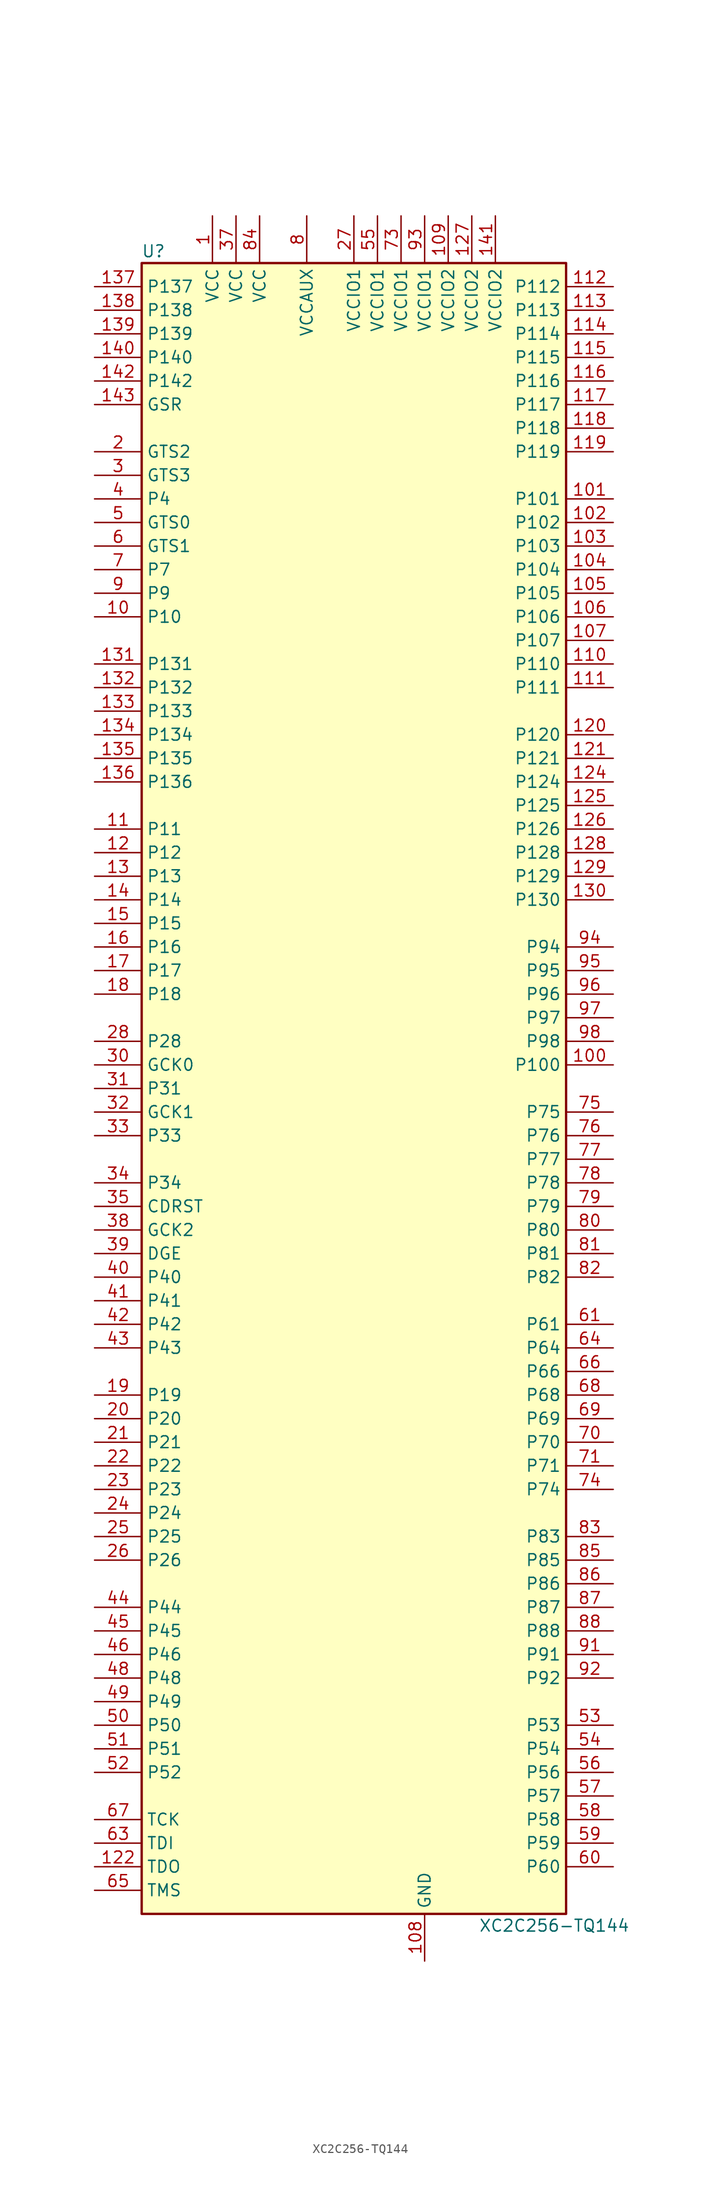
<source format=kicad_sym>
(kicad_symbol_lib
  (version 20231120)
  (generator "kicad_symbol_editor")
  (generator_version "8.0")
  (symbol "XC2C256-TQ144"
    (property "Reference" "U"
      (at -21.59 90.17 0)
      (effects (font (size 1.27 1.27))))
    (property "Value" "XC2C256-TQ144"
      (at 21.59 -90.17 0)
      (effects (font (size 1.27 1.27))))
    (symbol "XC2C256-TQ144_0_1"
      (rectangle (start -22.86 -88.9) (end 22.86 88.9) (stroke (width 0.254) (type default)) (fill (type background))))
    (symbol "XC2C256-TQ144_1_1"
      (pin power_in line (at -15.24 93.98 270) (length 5.08) (name "VCC" (effects (font (size 1.27 1.27)))) (number "1" (effects (font (size 1.27 1.27)))))
      (pin bidirectional line (at -27.94 50.8 0) (length 5.08) (name "P10" (effects (font (size 1.27 1.27)))) (number "10" (effects (font (size 1.27 1.27)))))
      (pin bidirectional line (at 27.94 2.54 180) (length 5.08) (name "P100" (effects (font (size 1.27 1.27)))) (number "100" (effects (font (size 1.27 1.27)))))
      (pin bidirectional line (at 27.94 63.5 180) (length 5.08) (name "P101" (effects (font (size 1.27 1.27)))) (number "101" (effects (font (size 1.27 1.27)))))
      (pin bidirectional line (at 27.94 60.96 180) (length 5.08) (name "P102" (effects (font (size 1.27 1.27)))) (number "102" (effects (font (size 1.27 1.27)))))
      (pin bidirectional line (at 27.94 58.42 180) (length 5.08) (name "P103" (effects (font (size 1.27 1.27)))) (number "103" (effects (font (size 1.27 1.27)))))
      (pin bidirectional line (at 27.94 55.88 180) (length 5.08) (name "P104" (effects (font (size 1.27 1.27)))) (number "104" (effects (font (size 1.27 1.27)))))
      (pin bidirectional line (at 27.94 53.34 180) (length 5.08) (name "P105" (effects (font (size 1.27 1.27)))) (number "105" (effects (font (size 1.27 1.27)))))
      (pin bidirectional line (at 27.94 50.8 180) (length 5.08) (name "P106" (effects (font (size 1.27 1.27)))) (number "106" (effects (font (size 1.27 1.27)))))
      (pin bidirectional line (at 27.94 48.26 180) (length 5.08) (name "P107" (effects (font (size 1.27 1.27)))) (number "107" (effects (font (size 1.27 1.27)))))
      (pin power_in line (at 7.62 -93.98 90) (length 5.08) (name "GND" (effects (font (size 1.27 1.27)))) (number "108" (effects (font (size 1.27 1.27)))))
      (pin power_in line (at 10.16 93.98 270) (length 5.08) (name "VCCIO2" (effects (font (size 1.27 1.27)))) (number "109" (effects (font (size 1.27 1.27)))))
      (pin bidirectional line (at -27.94 27.94 0) (length 5.08) (name "P11" (effects (font (size 1.27 1.27)))) (number "11" (effects (font (size 1.27 1.27)))))
      (pin bidirectional line (at 27.94 45.72 180) (length 5.08) (name "P110" (effects (font (size 1.27 1.27)))) (number "110" (effects (font (size 1.27 1.27)))))
      (pin bidirectional line (at 27.94 43.18 180) (length 5.08) (name "P111" (effects (font (size 1.27 1.27)))) (number "111" (effects (font (size 1.27 1.27)))))
      (pin bidirectional line (at 27.94 86.36 180) (length 5.08) (name "P112" (effects (font (size 1.27 1.27)))) (number "112" (effects (font (size 1.27 1.27)))))
      (pin bidirectional line (at 27.94 83.82 180) (length 5.08) (name "P113" (effects (font (size 1.27 1.27)))) (number "113" (effects (font (size 1.27 1.27)))))
      (pin bidirectional line (at 27.94 81.28 180) (length 5.08) (name "P114" (effects (font (size 1.27 1.27)))) (number "114" (effects (font (size 1.27 1.27)))))
      (pin bidirectional line (at 27.94 78.74 180) (length 5.08) (name "P115" (effects (font (size 1.27 1.27)))) (number "115" (effects (font (size 1.27 1.27)))))
      (pin bidirectional line (at 27.94 76.2 180) (length 5.08) (name "P116" (effects (font (size 1.27 1.27)))) (number "116" (effects (font (size 1.27 1.27)))))
      (pin bidirectional line (at 27.94 73.66 180) (length 5.08) (name "P117" (effects (font (size 1.27 1.27)))) (number "117" (effects (font (size 1.27 1.27)))))
      (pin bidirectional line (at 27.94 71.12 180) (length 5.08) (name "P118" (effects (font (size 1.27 1.27)))) (number "118" (effects (font (size 1.27 1.27)))))
      (pin bidirectional line (at 27.94 68.58 180) (length 5.08) (name "P119" (effects (font (size 1.27 1.27)))) (number "119" (effects (font (size 1.27 1.27)))))
      (pin bidirectional line (at -27.94 25.4 0) (length 5.08) (name "P12" (effects (font (size 1.27 1.27)))) (number "12" (effects (font (size 1.27 1.27)))))
      (pin bidirectional line (at 27.94 38.1 180) (length 5.08) (name "P120" (effects (font (size 1.27 1.27)))) (number "120" (effects (font (size 1.27 1.27)))))
      (pin bidirectional line (at 27.94 35.56 180) (length 5.08) (name "P121" (effects (font (size 1.27 1.27)))) (number "121" (effects (font (size 1.27 1.27)))))
      (pin bidirectional line (at -27.94 -83.82 0) (length 5.08) (name "TDO" (effects (font (size 1.27 1.27)))) (number "122" (effects (font (size 1.27 1.27)))))
      (pin passive line (at 7.62 -93.98 90) (length 5.08) hide (name "GND" (effects (font (size 1.27 1.27)))) (number "123" (effects (font (size 1.27 1.27)))))
      (pin bidirectional line (at 27.94 33.02 180) (length 5.08) (name "P124" (effects (font (size 1.27 1.27)))) (number "124" (effects (font (size 1.27 1.27)))))
      (pin bidirectional line (at 27.94 30.48 180) (length 5.08) (name "P125" (effects (font (size 1.27 1.27)))) (number "125" (effects (font (size 1.27 1.27)))))
      (pin bidirectional line (at 27.94 27.94 180) (length 5.08) (name "P126" (effects (font (size 1.27 1.27)))) (number "126" (effects (font (size 1.27 1.27)))))
      (pin power_in line (at 12.7 93.98 270) (length 5.08) (name "VCCIO2" (effects (font (size 1.27 1.27)))) (number "127" (effects (font (size 1.27 1.27)))))
      (pin bidirectional line (at 27.94 25.4 180) (length 5.08) (name "P128" (effects (font (size 1.27 1.27)))) (number "128" (effects (font (size 1.27 1.27)))))
      (pin bidirectional line (at 27.94 22.86 180) (length 5.08) (name "P129" (effects (font (size 1.27 1.27)))) (number "129" (effects (font (size 1.27 1.27)))))
      (pin bidirectional line (at -27.94 22.86 0) (length 5.08) (name "P13" (effects (font (size 1.27 1.27)))) (number "13" (effects (font (size 1.27 1.27)))))
      (pin bidirectional line (at 27.94 20.32 180) (length 5.08) (name "P130" (effects (font (size 1.27 1.27)))) (number "130" (effects (font (size 1.27 1.27)))))
      (pin bidirectional line (at -27.94 45.72 0) (length 5.08) (name "P131" (effects (font (size 1.27 1.27)))) (number "131" (effects (font (size 1.27 1.27)))))
      (pin bidirectional line (at -27.94 43.18 0) (length 5.08) (name "P132" (effects (font (size 1.27 1.27)))) (number "132" (effects (font (size 1.27 1.27)))))
      (pin bidirectional line (at -27.94 40.64 0) (length 5.08) (name "P133" (effects (font (size 1.27 1.27)))) (number "133" (effects (font (size 1.27 1.27)))))
      (pin bidirectional line (at -27.94 38.1 0) (length 5.08) (name "P134" (effects (font (size 1.27 1.27)))) (number "134" (effects (font (size 1.27 1.27)))))
      (pin bidirectional line (at -27.94 35.56 0) (length 5.08) (name "P135" (effects (font (size 1.27 1.27)))) (number "135" (effects (font (size 1.27 1.27)))))
      (pin bidirectional line (at -27.94 33.02 0) (length 5.08) (name "P136" (effects (font (size 1.27 1.27)))) (number "136" (effects (font (size 1.27 1.27)))))
      (pin bidirectional line (at -27.94 86.36 0) (length 5.08) (name "P137" (effects (font (size 1.27 1.27)))) (number "137" (effects (font (size 1.27 1.27)))))
      (pin bidirectional line (at -27.94 83.82 0) (length 5.08) (name "P138" (effects (font (size 1.27 1.27)))) (number "138" (effects (font (size 1.27 1.27)))))
      (pin bidirectional line (at -27.94 81.28 0) (length 5.08) (name "P139" (effects (font (size 1.27 1.27)))) (number "139" (effects (font (size 1.27 1.27)))))
      (pin bidirectional line (at -27.94 20.32 0) (length 5.08) (name "P14" (effects (font (size 1.27 1.27)))) (number "14" (effects (font (size 1.27 1.27)))))
      (pin bidirectional line (at -27.94 78.74 0) (length 5.08) (name "P140" (effects (font (size 1.27 1.27)))) (number "140" (effects (font (size 1.27 1.27)))))
      (pin power_in line (at 15.24 93.98 270) (length 5.08) (name "VCCIO2" (effects (font (size 1.27 1.27)))) (number "141" (effects (font (size 1.27 1.27)))))
      (pin bidirectional line (at -27.94 76.2 0) (length 5.08) (name "P142" (effects (font (size 1.27 1.27)))) (number "142" (effects (font (size 1.27 1.27)))))
      (pin bidirectional line (at -27.94 73.66 0) (length 5.08) (name "GSR" (effects (font (size 1.27 1.27)))) (number "143" (effects (font (size 1.27 1.27)))))
      (pin passive line (at 7.62 -93.98 90) (length 5.08) hide (name "GND" (effects (font (size 1.27 1.27)))) (number "144" (effects (font (size 1.27 1.27)))))
      (pin bidirectional line (at -27.94 17.78 0) (length 5.08) (name "P15" (effects (font (size 1.27 1.27)))) (number "15" (effects (font (size 1.27 1.27)))))
      (pin bidirectional line (at -27.94 15.24 0) (length 5.08) (name "P16" (effects (font (size 1.27 1.27)))) (number "16" (effects (font (size 1.27 1.27)))))
      (pin bidirectional line (at -27.94 12.7 0) (length 5.08) (name "P17" (effects (font (size 1.27 1.27)))) (number "17" (effects (font (size 1.27 1.27)))))
      (pin bidirectional line (at -27.94 10.16 0) (length 5.08) (name "P18" (effects (font (size 1.27 1.27)))) (number "18" (effects (font (size 1.27 1.27)))))
      (pin bidirectional line (at -27.94 -33.02 0) (length 5.08) (name "P19" (effects (font (size 1.27 1.27)))) (number "19" (effects (font (size 1.27 1.27)))))
      (pin bidirectional line (at -27.94 68.58 0) (length 5.08) (name "GTS2" (effects (font (size 1.27 1.27)))) (number "2" (effects (font (size 1.27 1.27)))))
      (pin bidirectional line (at -27.94 -35.56 0) (length 5.08) (name "P20" (effects (font (size 1.27 1.27)))) (number "20" (effects (font (size 1.27 1.27)))))
      (pin bidirectional line (at -27.94 -38.1 0) (length 5.08) (name "P21" (effects (font (size 1.27 1.27)))) (number "21" (effects (font (size 1.27 1.27)))))
      (pin bidirectional line (at -27.94 -40.64 0) (length 5.08) (name "P22" (effects (font (size 1.27 1.27)))) (number "22" (effects (font (size 1.27 1.27)))))
      (pin bidirectional line (at -27.94 -43.18 0) (length 5.08) (name "P23" (effects (font (size 1.27 1.27)))) (number "23" (effects (font (size 1.27 1.27)))))
      (pin bidirectional line (at -27.94 -45.72 0) (length 5.08) (name "P24" (effects (font (size 1.27 1.27)))) (number "24" (effects (font (size 1.27 1.27)))))
      (pin bidirectional line (at -27.94 -48.26 0) (length 5.08) (name "P25" (effects (font (size 1.27 1.27)))) (number "25" (effects (font (size 1.27 1.27)))))
      (pin bidirectional line (at -27.94 -50.8 0) (length 5.08) (name "P26" (effects (font (size 1.27 1.27)))) (number "26" (effects (font (size 1.27 1.27)))))
      (pin power_in line (at 0 93.98 270) (length 5.08) (name "VCCIO1" (effects (font (size 1.27 1.27)))) (number "27" (effects (font (size 1.27 1.27)))))
      (pin bidirectional line (at -27.94 5.08 0) (length 5.08) (name "P28" (effects (font (size 1.27 1.27)))) (number "28" (effects (font (size 1.27 1.27)))))
      (pin passive line (at 7.62 -93.98 90) (length 5.08) hide (name "GND" (effects (font (size 1.27 1.27)))) (number "29" (effects (font (size 1.27 1.27)))))
      (pin bidirectional line (at -27.94 66.04 0) (length 5.08) (name "GTS3" (effects (font (size 1.27 1.27)))) (number "3" (effects (font (size 1.27 1.27)))))
      (pin bidirectional line (at -27.94 2.54 0) (length 5.08) (name "GCK0" (effects (font (size 1.27 1.27)))) (number "30" (effects (font (size 1.27 1.27)))))
      (pin bidirectional line (at -27.94 0 0) (length 5.08) (name "P31" (effects (font (size 1.27 1.27)))) (number "31" (effects (font (size 1.27 1.27)))))
      (pin bidirectional line (at -27.94 -2.54 0) (length 5.08) (name "GCK1" (effects (font (size 1.27 1.27)))) (number "32" (effects (font (size 1.27 1.27)))))
      (pin bidirectional line (at -27.94 -5.08 0) (length 5.08) (name "P33" (effects (font (size 1.27 1.27)))) (number "33" (effects (font (size 1.27 1.27)))))
      (pin bidirectional line (at -27.94 -10.16 0) (length 5.08) (name "P34" (effects (font (size 1.27 1.27)))) (number "34" (effects (font (size 1.27 1.27)))))
      (pin bidirectional line (at -27.94 -12.7 0) (length 5.08) (name "CDRST" (effects (font (size 1.27 1.27)))) (number "35" (effects (font (size 1.27 1.27)))))
      (pin passive line (at 7.62 -93.98 90) (length 5.08) hide (name "GND" (effects (font (size 1.27 1.27)))) (number "36" (effects (font (size 1.27 1.27)))))
      (pin power_in line (at -12.7 93.98 270) (length 5.08) (name "VCC" (effects (font (size 1.27 1.27)))) (number "37" (effects (font (size 1.27 1.27)))))
      (pin bidirectional line (at -27.94 -15.24 0) (length 5.08) (name "GCK2" (effects (font (size 1.27 1.27)))) (number "38" (effects (font (size 1.27 1.27)))))
      (pin bidirectional line (at -27.94 -17.78 0) (length 5.08) (name "DGE" (effects (font (size 1.27 1.27)))) (number "39" (effects (font (size 1.27 1.27)))))
      (pin bidirectional line (at -27.94 63.5 0) (length 5.08) (name "P4" (effects (font (size 1.27 1.27)))) (number "4" (effects (font (size 1.27 1.27)))))
      (pin bidirectional line (at -27.94 -20.32 0) (length 5.08) (name "P40" (effects (font (size 1.27 1.27)))) (number "40" (effects (font (size 1.27 1.27)))))
      (pin bidirectional line (at -27.94 -22.86 0) (length 5.08) (name "P41" (effects (font (size 1.27 1.27)))) (number "41" (effects (font (size 1.27 1.27)))))
      (pin bidirectional line (at -27.94 -25.4 0) (length 5.08) (name "P42" (effects (font (size 1.27 1.27)))) (number "42" (effects (font (size 1.27 1.27)))))
      (pin bidirectional line (at -27.94 -27.94 0) (length 5.08) (name "P43" (effects (font (size 1.27 1.27)))) (number "43" (effects (font (size 1.27 1.27)))))
      (pin bidirectional line (at -27.94 -55.88 0) (length 5.08) (name "P44" (effects (font (size 1.27 1.27)))) (number "44" (effects (font (size 1.27 1.27)))))
      (pin bidirectional line (at -27.94 -58.42 0) (length 5.08) (name "P45" (effects (font (size 1.27 1.27)))) (number "45" (effects (font (size 1.27 1.27)))))
      (pin bidirectional line (at -27.94 -60.96 0) (length 5.08) (name "P46" (effects (font (size 1.27 1.27)))) (number "46" (effects (font (size 1.27 1.27)))))
      (pin passive line (at 7.62 -93.98 90) (length 5.08) hide (name "GND" (effects (font (size 1.27 1.27)))) (number "47" (effects (font (size 1.27 1.27)))))
      (pin bidirectional line (at -27.94 -63.5 0) (length 5.08) (name "P48" (effects (font (size 1.27 1.27)))) (number "48" (effects (font (size 1.27 1.27)))))
      (pin bidirectional line (at -27.94 -66.04 0) (length 5.08) (name "P49" (effects (font (size 1.27 1.27)))) (number "49" (effects (font (size 1.27 1.27)))))
      (pin bidirectional line (at -27.94 60.96 0) (length 5.08) (name "GTS0" (effects (font (size 1.27 1.27)))) (number "5" (effects (font (size 1.27 1.27)))))
      (pin bidirectional line (at -27.94 -68.58 0) (length 5.08) (name "P50" (effects (font (size 1.27 1.27)))) (number "50" (effects (font (size 1.27 1.27)))))
      (pin bidirectional line (at -27.94 -71.12 0) (length 5.08) (name "P51" (effects (font (size 1.27 1.27)))) (number "51" (effects (font (size 1.27 1.27)))))
      (pin bidirectional line (at -27.94 -73.66 0) (length 5.08) (name "P52" (effects (font (size 1.27 1.27)))) (number "52" (effects (font (size 1.27 1.27)))))
      (pin bidirectional line (at 27.94 -68.58 180) (length 5.08) (name "P53" (effects (font (size 1.27 1.27)))) (number "53" (effects (font (size 1.27 1.27)))))
      (pin bidirectional line (at 27.94 -71.12 180) (length 5.08) (name "P54" (effects (font (size 1.27 1.27)))) (number "54" (effects (font (size 1.27 1.27)))))
      (pin power_in line (at 2.54 93.98 270) (length 5.08) (name "VCCIO1" (effects (font (size 1.27 1.27)))) (number "55" (effects (font (size 1.27 1.27)))))
      (pin bidirectional line (at 27.94 -73.66 180) (length 5.08) (name "P56" (effects (font (size 1.27 1.27)))) (number "56" (effects (font (size 1.27 1.27)))))
      (pin bidirectional line (at 27.94 -76.2 180) (length 5.08) (name "P57" (effects (font (size 1.27 1.27)))) (number "57" (effects (font (size 1.27 1.27)))))
      (pin bidirectional line (at 27.94 -78.74 180) (length 5.08) (name "P58" (effects (font (size 1.27 1.27)))) (number "58" (effects (font (size 1.27 1.27)))))
      (pin bidirectional line (at 27.94 -81.28 180) (length 5.08) (name "P59" (effects (font (size 1.27 1.27)))) (number "59" (effects (font (size 1.27 1.27)))))
      (pin bidirectional line (at -27.94 58.42 0) (length 5.08) (name "GTS1" (effects (font (size 1.27 1.27)))) (number "6" (effects (font (size 1.27 1.27)))))
      (pin bidirectional line (at 27.94 -83.82 180) (length 5.08) (name "P60" (effects (font (size 1.27 1.27)))) (number "60" (effects (font (size 1.27 1.27)))))
      (pin bidirectional line (at 27.94 -25.4 180) (length 5.08) (name "P61" (effects (font (size 1.27 1.27)))) (number "61" (effects (font (size 1.27 1.27)))))
      (pin passive line (at 7.62 -93.98 90) (length 5.08) hide (name "GND" (effects (font (size 1.27 1.27)))) (number "62" (effects (font (size 1.27 1.27)))))
      (pin bidirectional line (at -27.94 -81.28 0) (length 5.08) (name "TDI" (effects (font (size 1.27 1.27)))) (number "63" (effects (font (size 1.27 1.27)))))
      (pin bidirectional line (at 27.94 -27.94 180) (length 5.08) (name "P64" (effects (font (size 1.27 1.27)))) (number "64" (effects (font (size 1.27 1.27)))))
      (pin bidirectional line (at -27.94 -86.36 0) (length 5.08) (name "TMS" (effects (font (size 1.27 1.27)))) (number "65" (effects (font (size 1.27 1.27)))))
      (pin bidirectional line (at 27.94 -30.48 180) (length 5.08) (name "P66" (effects (font (size 1.27 1.27)))) (number "66" (effects (font (size 1.27 1.27)))))
      (pin bidirectional line (at -27.94 -78.74 0) (length 5.08) (name "TCK" (effects (font (size 1.27 1.27)))) (number "67" (effects (font (size 1.27 1.27)))))
      (pin bidirectional line (at 27.94 -33.02 180) (length 5.08) (name "P68" (effects (font (size 1.27 1.27)))) (number "68" (effects (font (size 1.27 1.27)))))
      (pin bidirectional line (at 27.94 -35.56 180) (length 5.08) (name "P69" (effects (font (size 1.27 1.27)))) (number "69" (effects (font (size 1.27 1.27)))))
      (pin bidirectional line (at -27.94 55.88 0) (length 5.08) (name "P7" (effects (font (size 1.27 1.27)))) (number "7" (effects (font (size 1.27 1.27)))))
      (pin bidirectional line (at 27.94 -38.1 180) (length 5.08) (name "P70" (effects (font (size 1.27 1.27)))) (number "70" (effects (font (size 1.27 1.27)))))
      (pin bidirectional line (at 27.94 -40.64 180) (length 5.08) (name "P71" (effects (font (size 1.27 1.27)))) (number "71" (effects (font (size 1.27 1.27)))))
      (pin passive line (at 7.62 -93.98 90) (length 5.08) hide (name "GND" (effects (font (size 1.27 1.27)))) (number "72" (effects (font (size 1.27 1.27)))))
      (pin power_in line (at 5.08 93.98 270) (length 5.08) (name "VCCIO1" (effects (font (size 1.27 1.27)))) (number "73" (effects (font (size 1.27 1.27)))))
      (pin bidirectional line (at 27.94 -43.18 180) (length 5.08) (name "P74" (effects (font (size 1.27 1.27)))) (number "74" (effects (font (size 1.27 1.27)))))
      (pin bidirectional line (at 27.94 -2.54 180) (length 5.08) (name "P75" (effects (font (size 1.27 1.27)))) (number "75" (effects (font (size 1.27 1.27)))))
      (pin bidirectional line (at 27.94 -5.08 180) (length 5.08) (name "P76" (effects (font (size 1.27 1.27)))) (number "76" (effects (font (size 1.27 1.27)))))
      (pin bidirectional line (at 27.94 -7.62 180) (length 5.08) (name "P77" (effects (font (size 1.27 1.27)))) (number "77" (effects (font (size 1.27 1.27)))))
      (pin bidirectional line (at 27.94 -10.16 180) (length 5.08) (name "P78" (effects (font (size 1.27 1.27)))) (number "78" (effects (font (size 1.27 1.27)))))
      (pin bidirectional line (at 27.94 -12.7 180) (length 5.08) (name "P79" (effects (font (size 1.27 1.27)))) (number "79" (effects (font (size 1.27 1.27)))))
      (pin power_in line (at -5.08 93.98 270) (length 5.08) (name "VCCAUX" (effects (font (size 1.27 1.27)))) (number "8" (effects (font (size 1.27 1.27)))))
      (pin bidirectional line (at 27.94 -15.24 180) (length 5.08) (name "P80" (effects (font (size 1.27 1.27)))) (number "80" (effects (font (size 1.27 1.27)))))
      (pin bidirectional line (at 27.94 -17.78 180) (length 5.08) (name "P81" (effects (font (size 1.27 1.27)))) (number "81" (effects (font (size 1.27 1.27)))))
      (pin bidirectional line (at 27.94 -20.32 180) (length 5.08) (name "P82" (effects (font (size 1.27 1.27)))) (number "82" (effects (font (size 1.27 1.27)))))
      (pin bidirectional line (at 27.94 -48.26 180) (length 5.08) (name "P83" (effects (font (size 1.27 1.27)))) (number "83" (effects (font (size 1.27 1.27)))))
      (pin power_in line (at -10.16 93.98 270) (length 5.08) (name "VCC" (effects (font (size 1.27 1.27)))) (number "84" (effects (font (size 1.27 1.27)))))
      (pin bidirectional line (at 27.94 -50.8 180) (length 5.08) (name "P85" (effects (font (size 1.27 1.27)))) (number "85" (effects (font (size 1.27 1.27)))))
      (pin bidirectional line (at 27.94 -53.34 180) (length 5.08) (name "P86" (effects (font (size 1.27 1.27)))) (number "86" (effects (font (size 1.27 1.27)))))
      (pin bidirectional line (at 27.94 -55.88 180) (length 5.08) (name "P87" (effects (font (size 1.27 1.27)))) (number "87" (effects (font (size 1.27 1.27)))))
      (pin bidirectional line (at 27.94 -58.42 180) (length 5.08) (name "P88" (effects (font (size 1.27 1.27)))) (number "88" (effects (font (size 1.27 1.27)))))
      (pin passive line (at 7.62 -93.98 90) (length 5.08) hide (name "GND" (effects (font (size 1.27 1.27)))) (number "89" (effects (font (size 1.27 1.27)))))
      (pin bidirectional line (at -27.94 53.34 0) (length 5.08) (name "P9" (effects (font (size 1.27 1.27)))) (number "9" (effects (font (size 1.27 1.27)))))
      (pin passive line (at 7.62 -93.98 90) (length 5.08) hide (name "GND" (effects (font (size 1.27 1.27)))) (number "90" (effects (font (size 1.27 1.27)))))
      (pin bidirectional line (at 27.94 -60.96 180) (length 5.08) (name "P91" (effects (font (size 1.27 1.27)))) (number "91" (effects (font (size 1.27 1.27)))))
      (pin bidirectional line (at 27.94 -63.5 180) (length 5.08) (name "P92" (effects (font (size 1.27 1.27)))) (number "92" (effects (font (size 1.27 1.27)))))
      (pin power_in line (at 7.62 93.98 270) (length 5.08) (name "VCCIO1" (effects (font (size 1.27 1.27)))) (number "93" (effects (font (size 1.27 1.27)))))
      (pin bidirectional line (at 27.94 15.24 180) (length 5.08) (name "P94" (effects (font (size 1.27 1.27)))) (number "94" (effects (font (size 1.27 1.27)))))
      (pin bidirectional line (at 27.94 12.7 180) (length 5.08) (name "P95" (effects (font (size 1.27 1.27)))) (number "95" (effects (font (size 1.27 1.27)))))
      (pin bidirectional line (at 27.94 10.16 180) (length 5.08) (name "P96" (effects (font (size 1.27 1.27)))) (number "96" (effects (font (size 1.27 1.27)))))
      (pin bidirectional line (at 27.94 7.62 180) (length 5.08) (name "P97" (effects (font (size 1.27 1.27)))) (number "97" (effects (font (size 1.27 1.27)))))
      (pin bidirectional line (at 27.94 5.08 180) (length 5.08) (name "P98" (effects (font (size 1.27 1.27)))) (number "98" (effects (font (size 1.27 1.27)))))
      (pin passive line (at 7.62 -93.98 90) (length 5.08) hide (name "GND" (effects (font (size 1.27 1.27)))) (number "99" (effects (font (size 1.27 1.27))))))))
</source>
